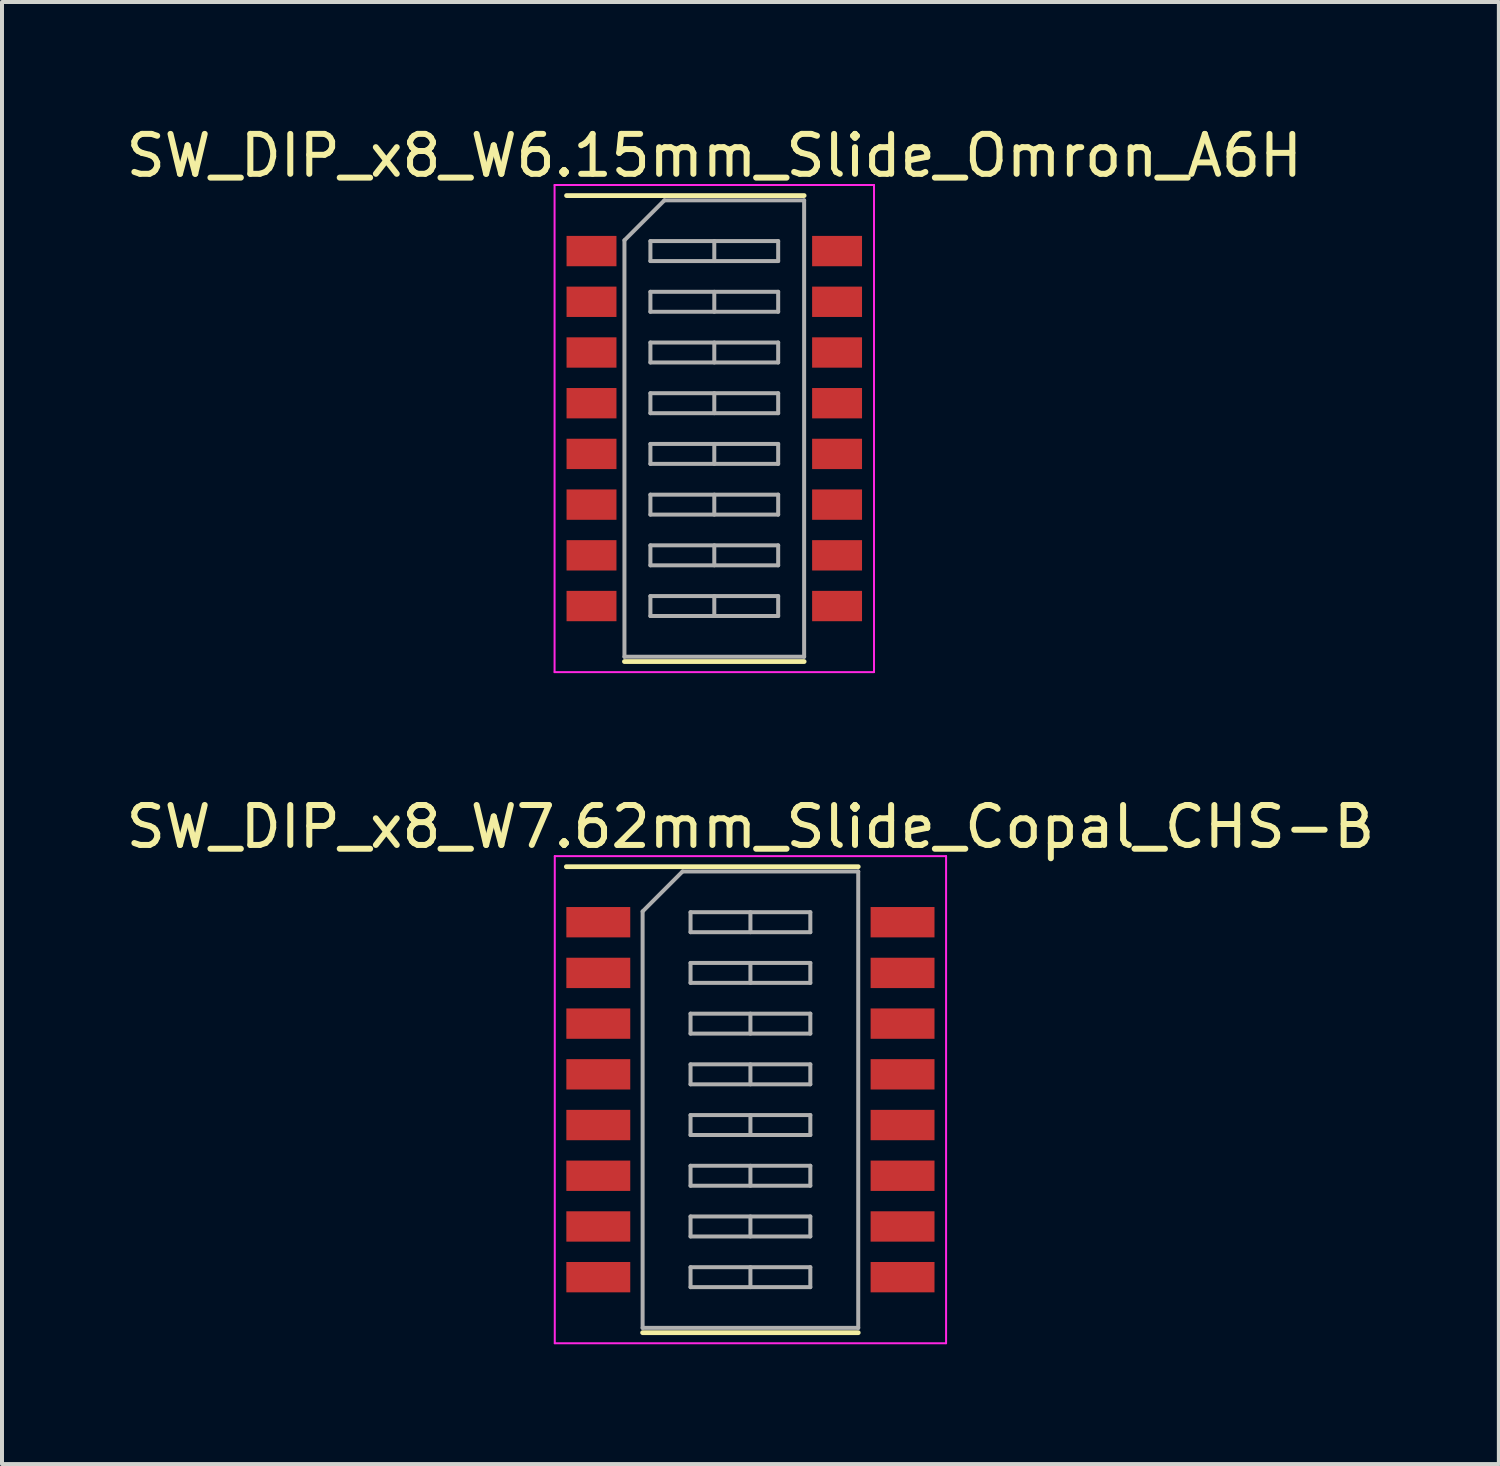
<source format=kicad_pcb>
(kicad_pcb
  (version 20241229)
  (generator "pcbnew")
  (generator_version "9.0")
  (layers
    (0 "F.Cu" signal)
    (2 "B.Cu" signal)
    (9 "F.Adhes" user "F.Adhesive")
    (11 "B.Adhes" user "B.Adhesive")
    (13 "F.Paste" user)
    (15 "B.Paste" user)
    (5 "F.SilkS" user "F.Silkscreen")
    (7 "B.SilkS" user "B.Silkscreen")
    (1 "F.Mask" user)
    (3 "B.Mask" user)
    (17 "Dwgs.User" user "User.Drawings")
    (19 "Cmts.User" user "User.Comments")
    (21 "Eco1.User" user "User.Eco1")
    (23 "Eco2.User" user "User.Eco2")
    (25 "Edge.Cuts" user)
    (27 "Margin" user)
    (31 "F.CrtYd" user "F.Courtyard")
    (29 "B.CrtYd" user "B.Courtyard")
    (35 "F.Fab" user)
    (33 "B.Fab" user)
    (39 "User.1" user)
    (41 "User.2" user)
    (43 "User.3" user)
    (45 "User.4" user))
  (footprint "SW_DIP_x8_W7.62mm_Slide_Copal_CHS-B"
    (layer "F.Cu")
    (at 15.744 24.491)
    (property "Reference" "SW_DIP_x8_W7.62mm_Slide_Copal_CHS-B" (at 0 -6.835 0) (layer "F.SilkS") (effects (font (size 1 1) (thickness 0.15))))
    (attr smd)
    (fp_line (start -4.61 -5.835) (end 2.7 -5.835) (stroke (width 0.12) (type solid)) (layer "F.SilkS"))
    (fp_line (start -2.7 5.835) (end 2.7 5.835) (stroke (width 0.12) (type solid)) (layer "F.SilkS"))
    (fp_line (start -4.9 -6.1) (end -4.9 6.1) (stroke (width 0.05) (type solid)) (layer "F.CrtYd"))
    (fp_line (start -4.9 6.1) (end 4.9 6.1) (stroke (width 0.05) (type solid)) (layer "F.CrtYd"))
    (fp_line (start 4.9 -6.1) (end -4.9 -6.1) (stroke (width 0.05) (type solid)) (layer "F.CrtYd"))
    (fp_line (start 4.9 6.1) (end 4.9 -6.1) (stroke (width 0.05) (type solid)) (layer "F.CrtYd"))
    (fp_line (start -2.7 -4.715) (end -1.7 -5.715) (stroke (width 0.1) (type solid)) (layer "F.Fab"))
    (fp_line (start -2.7 5.715) (end -2.7 -4.715) (stroke (width 0.1) (type solid)) (layer "F.Fab"))
    (fp_line (start -1.7 -5.715) (end 2.7 -5.715) (stroke (width 0.1) (type solid)) (layer "F.Fab"))
    (fp_line (start -1.5 -4.695) (end -1.5 -4.195) (stroke (width 0.1) (type solid)) (layer "F.Fab"))
    (fp_line (start -1.5 -4.195) (end 1.5 -4.195) (stroke (width 0.1) (type solid)) (layer "F.Fab"))
    (fp_line (start -1.5 -3.425) (end -1.5 -2.925) (stroke (width 0.1) (type solid)) (layer "F.Fab"))
    (fp_line (start -1.5 -2.925) (end 1.5 -2.925) (stroke (width 0.1) (type solid)) (layer "F.Fab"))
    (fp_line (start -1.5 -2.155) (end -1.5 -1.655) (stroke (width 0.1) (type solid)) (layer "F.Fab"))
    (fp_line (start -1.5 -1.655) (end 1.5 -1.655) (stroke (width 0.1) (type solid)) (layer "F.Fab"))
    (fp_line (start -1.5 -0.885) (end -1.5 -0.385) (stroke (width 0.1) (type solid)) (layer "F.Fab"))
    (fp_line (start -1.5 -0.385) (end 1.5 -0.385) (stroke (width 0.1) (type solid)) (layer "F.Fab"))
    (fp_line (start -1.5 0.385) (end -1.5 0.885) (stroke (width 0.1) (type solid)) (layer "F.Fab"))
    (fp_line (start -1.5 0.885) (end 1.5 0.885) (stroke (width 0.1) (type solid)) (layer "F.Fab"))
    (fp_line (start -1.5 1.655) (end -1.5 2.155) (stroke (width 0.1) (type solid)) (layer "F.Fab"))
    (fp_line (start -1.5 2.155) (end 1.5 2.155) (stroke (width 0.1) (type solid)) (layer "F.Fab"))
    (fp_line (start -1.5 2.925) (end -1.5 3.425) (stroke (width 0.1) (type solid)) (layer "F.Fab"))
    (fp_line (start -1.5 3.425) (end 1.5 3.425) (stroke (width 0.1) (type solid)) (layer "F.Fab"))
    (fp_line (start -1.5 4.195) (end -1.5 4.695) (stroke (width 0.1) (type solid)) (layer "F.Fab"))
    (fp_line (start -1.5 4.695) (end 1.5 4.695) (stroke (width 0.1) (type solid)) (layer "F.Fab"))
    (fp_line (start 0 -4.695) (end 0 -4.195) (stroke (width 0.1) (type solid)) (layer "F.Fab"))
    (fp_line (start 0 -3.425) (end 0 -2.925) (stroke (width 0.1) (type solid)) (layer "F.Fab"))
    (fp_line (start 0 -2.155) (end 0 -1.655) (stroke (width 0.1) (type solid)) (layer "F.Fab"))
    (fp_line (start 0 -0.885) (end 0 -0.385) (stroke (width 0.1) (type solid)) (layer "F.Fab"))
    (fp_line (start 0 0.385) (end 0 0.885) (stroke (width 0.1) (type solid)) (layer "F.Fab"))
    (fp_line (start 0 1.655) (end 0 2.155) (stroke (width 0.1) (type solid)) (layer "F.Fab"))
    (fp_line (start 0 2.925) (end 0 3.425) (stroke (width 0.1) (type solid)) (layer "F.Fab"))
    (fp_line (start 0 4.195) (end 0 4.695) (stroke (width 0.1) (type solid)) (layer "F.Fab"))
    (fp_line (start 1.5 -4.695) (end -1.5 -4.695) (stroke (width 0.1) (type solid)) (layer "F.Fab"))
    (fp_line (start 1.5 -4.195) (end 1.5 -4.695) (stroke (width 0.1) (type solid)) (layer "F.Fab"))
    (fp_line (start 1.5 -3.425) (end -1.5 -3.425) (stroke (width 0.1) (type solid)) (layer "F.Fab"))
    (fp_line (start 1.5 -2.925) (end 1.5 -3.425) (stroke (width 0.1) (type solid)) (layer "F.Fab"))
    (fp_line (start 1.5 -2.155) (end -1.5 -2.155) (stroke (width 0.1) (type solid)) (layer "F.Fab"))
    (fp_line (start 1.5 -1.655) (end 1.5 -2.155) (stroke (width 0.1) (type solid)) (layer "F.Fab"))
    (fp_line (start 1.5 -0.885) (end -1.5 -0.885) (stroke (width 0.1) (type solid)) (layer "F.Fab"))
    (fp_line (start 1.5 -0.385) (end 1.5 -0.885) (stroke (width 0.1) (type solid)) (layer "F.Fab"))
    (fp_line (start 1.5 0.385) (end -1.5 0.385) (stroke (width 0.1) (type solid)) (layer "F.Fab"))
    (fp_line (start 1.5 0.885) (end 1.5 0.385) (stroke (width 0.1) (type solid)) (layer "F.Fab"))
    (fp_line (start 1.5 1.655) (end -1.5 1.655) (stroke (width 0.1) (type solid)) (layer "F.Fab"))
    (fp_line (start 1.5 2.155) (end 1.5 1.655) (stroke (width 0.1) (type solid)) (layer "F.Fab"))
    (fp_line (start 1.5 2.925) (end -1.5 2.925) (stroke (width 0.1) (type solid)) (layer "F.Fab"))
    (fp_line (start 1.5 3.425) (end 1.5 2.925) (stroke (width 0.1) (type solid)) (layer "F.Fab"))
    (fp_line (start 1.5 4.195) (end -1.5 4.195) (stroke (width 0.1) (type solid)) (layer "F.Fab"))
    (fp_line (start 1.5 4.695) (end 1.5 4.195) (stroke (width 0.1) (type solid)) (layer "F.Fab"))
    (fp_line (start 2.7 -5.715) (end 2.7 5.715) (stroke (width 0.1) (type solid)) (layer "F.Fab"))
    (fp_line (start 2.7 5.715) (end -2.7 5.715) (stroke (width 0.1) (type solid)) (layer "F.Fab"))
    (pad "1" smd rect (at -3.81 -4.445) (size 1.6 0.76) (layers "F.Cu" "F.Mask"))
    (pad "2" smd rect (at -3.81 -3.175) (size 1.6 0.76) (layers "F.Cu" "F.Mask"))
    (pad "3" smd rect (at -3.81 -1.905) (size 1.6 0.76) (layers "F.Cu" "F.Mask"))
    (pad "4" smd rect (at -3.81 -0.635) (size 1.6 0.76) (layers "F.Cu" "F.Mask"))
    (pad "5" smd rect (at -3.81 0.635) (size 1.6 0.76) (layers "F.Cu" "F.Mask"))
    (pad "6" smd rect (at -3.81 1.905) (size 1.6 0.76) (layers "F.Cu" "F.Mask"))
    (pad "7" smd rect (at -3.81 3.175) (size 1.6 0.76) (layers "F.Cu" "F.Mask"))
    (pad "8" smd rect (at -3.81 4.445) (size 1.6 0.76) (layers "F.Cu" "F.Mask"))
    (pad "9" smd rect (at 3.81 4.445) (size 1.6 0.76) (layers "F.Cu" "F.Mask"))
    (pad "10" smd rect (at 3.81 3.175) (size 1.6 0.76) (layers "F.Cu" "F.Mask"))
    (pad "11" smd rect (at 3.81 1.905) (size 1.6 0.76) (layers "F.Cu" "F.Mask"))
    (pad "12" smd rect (at 3.81 0.635) (size 1.6 0.76) (layers "F.Cu" "F.Mask"))
    (pad "13" smd rect (at 3.81 -0.635) (size 1.6 0.76) (layers "F.Cu" "F.Mask"))
    (pad "14" smd rect (at 3.81 -1.905) (size 1.6 0.76) (layers "F.Cu" "F.Mask"))
    (pad "15" smd rect (at 3.81 -3.175) (size 1.6 0.76) (layers "F.Cu" "F.Mask"))
    (pad "16" smd rect (at 3.81 -4.445) (size 1.6 0.76) (layers "F.Cu" "F.Mask")))
  (footprint "SW_DIP_x8_W6.15mm_Slide_Omron_A6H"
    (layer "F.Cu")
    (at 14.839 7.683)
    (property "Reference" "SW_DIP_x8_W6.15mm_Slide_Omron_A6H" (at 0 -6.835 0) (layer "F.SilkS") (effects (font (size 1 1) (thickness 0.15))))
    (attr smd)
    (fp_line (start -3.7 -5.835) (end 2.25 -5.835) (stroke (width 0.12) (type solid)) (layer "F.SilkS"))
    (fp_line (start -2.25 5.835) (end 2.25 5.835) (stroke (width 0.12) (type solid)) (layer "F.SilkS"))
    (fp_line (start -4 -6.1) (end -4 6.1) (stroke (width 0.05) (type solid)) (layer "F.CrtYd"))
    (fp_line (start -4 6.1) (end 4 6.1) (stroke (width 0.05) (type solid)) (layer "F.CrtYd"))
    (fp_line (start 4 -6.1) (end -4 -6.1) (stroke (width 0.05) (type solid)) (layer "F.CrtYd"))
    (fp_line (start 4 6.1) (end 4 -6.1) (stroke (width 0.05) (type solid)) (layer "F.CrtYd"))
    (fp_line (start -2.25 -4.715) (end -1.25 -5.715) (stroke (width 0.1) (type solid)) (layer "F.Fab"))
    (fp_line (start -2.25 5.715) (end -2.25 -4.715) (stroke (width 0.1) (type solid)) (layer "F.Fab"))
    (fp_line (start -1.6 -4.695) (end -1.6 -4.195) (stroke (width 0.1) (type solid)) (layer "F.Fab"))
    (fp_line (start -1.6 -4.195) (end 1.6 -4.195) (stroke (width 0.1) (type solid)) (layer "F.Fab"))
    (fp_line (start -1.6 -3.425) (end -1.6 -2.925) (stroke (width 0.1) (type solid)) (layer "F.Fab"))
    (fp_line (start -1.6 -2.925) (end 1.6 -2.925) (stroke (width 0.1) (type solid)) (layer "F.Fab"))
    (fp_line (start -1.6 -2.155) (end -1.6 -1.655) (stroke (width 0.1) (type solid)) (layer "F.Fab"))
    (fp_line (start -1.6 -1.655) (end 1.6 -1.655) (stroke (width 0.1) (type solid)) (layer "F.Fab"))
    (fp_line (start -1.6 -0.885) (end -1.6 -0.385) (stroke (width 0.1) (type solid)) (layer "F.Fab"))
    (fp_line (start -1.6 -0.385) (end 1.6 -0.385) (stroke (width 0.1) (type solid)) (layer "F.Fab"))
    (fp_line (start -1.6 0.385) (end -1.6 0.885) (stroke (width 0.1) (type solid)) (layer "F.Fab"))
    (fp_line (start -1.6 0.885) (end 1.6 0.885) (stroke (width 0.1) (type solid)) (layer "F.Fab"))
    (fp_line (start -1.6 1.655) (end -1.6 2.155) (stroke (width 0.1) (type solid)) (layer "F.Fab"))
    (fp_line (start -1.6 2.155) (end 1.6 2.155) (stroke (width 0.1) (type solid)) (layer "F.Fab"))
    (fp_line (start -1.6 2.925) (end -1.6 3.425) (stroke (width 0.1) (type solid)) (layer "F.Fab"))
    (fp_line (start -1.6 3.425) (end 1.6 3.425) (stroke (width 0.1) (type solid)) (layer "F.Fab"))
    (fp_line (start -1.6 4.195) (end -1.6 4.695) (stroke (width 0.1) (type solid)) (layer "F.Fab"))
    (fp_line (start -1.6 4.695) (end 1.6 4.695) (stroke (width 0.1) (type solid)) (layer "F.Fab"))
    (fp_line (start -1.25 -5.715) (end 2.25 -5.715) (stroke (width 0.1) (type solid)) (layer "F.Fab"))
    (fp_line (start 0 -4.695) (end 0 -4.195) (stroke (width 0.1) (type solid)) (layer "F.Fab"))
    (fp_line (start 0 -3.425) (end 0 -2.925) (stroke (width 0.1) (type solid)) (layer "F.Fab"))
    (fp_line (start 0 -2.155) (end 0 -1.655) (stroke (width 0.1) (type solid)) (layer "F.Fab"))
    (fp_line (start 0 -0.885) (end 0 -0.385) (stroke (width 0.1) (type solid)) (layer "F.Fab"))
    (fp_line (start 0 0.385) (end 0 0.885) (stroke (width 0.1) (type solid)) (layer "F.Fab"))
    (fp_line (start 0 1.655) (end 0 2.155) (stroke (width 0.1) (type solid)) (layer "F.Fab"))
    (fp_line (start 0 2.925) (end 0 3.425) (stroke (width 0.1) (type solid)) (layer "F.Fab"))
    (fp_line (start 0 4.195) (end 0 4.695) (stroke (width 0.1) (type solid)) (layer "F.Fab"))
    (fp_line (start 1.6 -4.695) (end -1.6 -4.695) (stroke (width 0.1) (type solid)) (layer "F.Fab"))
    (fp_line (start 1.6 -4.195) (end 1.6 -4.695) (stroke (width 0.1) (type solid)) (layer "F.Fab"))
    (fp_line (start 1.6 -3.425) (end -1.6 -3.425) (stroke (width 0.1) (type solid)) (layer "F.Fab"))
    (fp_line (start 1.6 -2.925) (end 1.6 -3.425) (stroke (width 0.1) (type solid)) (layer "F.Fab"))
    (fp_line (start 1.6 -2.155) (end -1.6 -2.155) (stroke (width 0.1) (type solid)) (layer "F.Fab"))
    (fp_line (start 1.6 -1.655) (end 1.6 -2.155) (stroke (width 0.1) (type solid)) (layer "F.Fab"))
    (fp_line (start 1.6 -0.885) (end -1.6 -0.885) (stroke (width 0.1) (type solid)) (layer "F.Fab"))
    (fp_line (start 1.6 -0.385) (end 1.6 -0.885) (stroke (width 0.1) (type solid)) (layer "F.Fab"))
    (fp_line (start 1.6 0.385) (end -1.6 0.385) (stroke (width 0.1) (type solid)) (layer "F.Fab"))
    (fp_line (start 1.6 0.885) (end 1.6 0.385) (stroke (width 0.1) (type solid)) (layer "F.Fab"))
    (fp_line (start 1.6 1.655) (end -1.6 1.655) (stroke (width 0.1) (type solid)) (layer "F.Fab"))
    (fp_line (start 1.6 2.155) (end 1.6 1.655) (stroke (width 0.1) (type solid)) (layer "F.Fab"))
    (fp_line (start 1.6 2.925) (end -1.6 2.925) (stroke (width 0.1) (type solid)) (layer "F.Fab"))
    (fp_line (start 1.6 3.425) (end 1.6 2.925) (stroke (width 0.1) (type solid)) (layer "F.Fab"))
    (fp_line (start 1.6 4.195) (end -1.6 4.195) (stroke (width 0.1) (type solid)) (layer "F.Fab"))
    (fp_line (start 1.6 4.695) (end 1.6 4.195) (stroke (width 0.1) (type solid)) (layer "F.Fab"))
    (fp_line (start 2.25 -5.715) (end 2.25 5.715) (stroke (width 0.1) (type solid)) (layer "F.Fab"))
    (fp_line (start 2.25 5.715) (end -2.25 5.715) (stroke (width 0.1) (type solid)) (layer "F.Fab"))
    (pad "1" smd rect (at -3.075 -4.445) (size 1.25 0.76) (layers "F.Cu" "F.Mask"))
    (pad "2" smd rect (at -3.075 -3.175) (size 1.25 0.76) (layers "F.Cu" "F.Mask"))
    (pad "3" smd rect (at -3.075 -1.905) (size 1.25 0.76) (layers "F.Cu" "F.Mask"))
    (pad "4" smd rect (at -3.075 -0.635) (size 1.25 0.76) (layers "F.Cu" "F.Mask"))
    (pad "5" smd rect (at -3.075 0.635) (size 1.25 0.76) (layers "F.Cu" "F.Mask"))
    (pad "6" smd rect (at -3.075 1.905) (size 1.25 0.76) (layers "F.Cu" "F.Mask"))
    (pad "7" smd rect (at -3.075 3.175) (size 1.25 0.76) (layers "F.Cu" "F.Mask"))
    (pad "8" smd rect (at -3.075 4.445) (size 1.25 0.76) (layers "F.Cu" "F.Mask"))
    (pad "9" smd rect (at 3.075 4.445) (size 1.25 0.76) (layers "F.Cu" "F.Mask"))
    (pad "10" smd rect (at 3.075 3.175) (size 1.25 0.76) (layers "F.Cu" "F.Mask"))
    (pad "11" smd rect (at 3.075 1.905) (size 1.25 0.76) (layers "F.Cu" "F.Mask"))
    (pad "12" smd rect (at 3.075 0.635) (size 1.25 0.76) (layers "F.Cu" "F.Mask"))
    (pad "13" smd rect (at 3.075 -0.635) (size 1.25 0.76) (layers "F.Cu" "F.Mask"))
    (pad "14" smd rect (at 3.075 -1.905) (size 1.25 0.76) (layers "F.Cu" "F.Mask"))
    (pad "15" smd rect (at 3.075 -3.175) (size 1.25 0.76) (layers "F.Cu" "F.Mask"))
    (pad "16" smd rect (at 3.075 -4.445) (size 1.25 0.76) (layers "F.Cu" "F.Mask")))
  (gr_rect
    (start -3 -3)
    (end 34.488 33.617)
    (stroke (width 0.1) (type default))
    (fill no)
    (layer "Edge.Cuts")))
</source>
